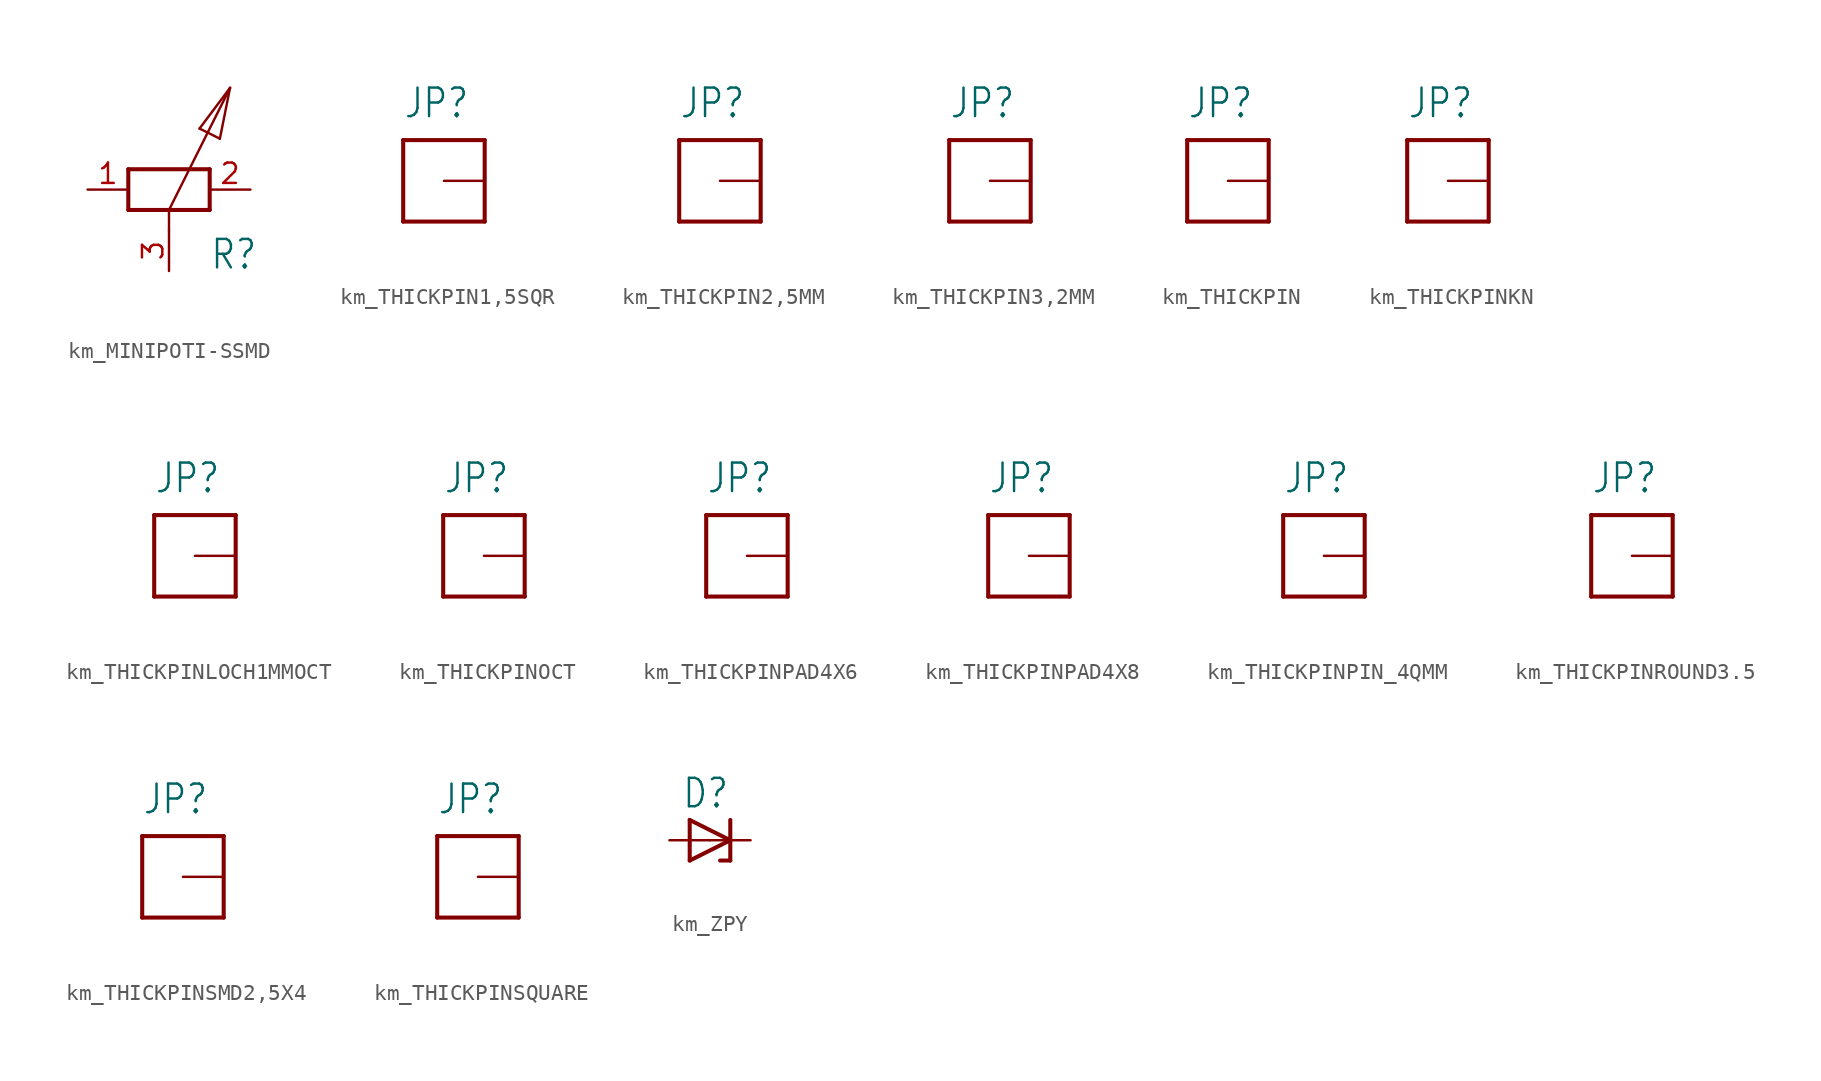
<source format=kicad_sym>
(kicad_symbol_lib
  (version 20231120)
  (generator "kicad_symbol_editor")
  (generator_version "8.0")
  (symbol "km_MINIPOTI-SSMD"
    (property "Reference" "R"
      (at 2.54 -5.08 0)
      (effects (font (size 1.778 1.511)) (justify left bottom)))
    (property "Value" ""
      (at 2.54 -7.62 0)
      (effects (font (size 1.778 1.511)) (justify left bottom)))
    (property "ki_locked" ""
      (at 0 0 0)
      (effects (font (size 1.27 1.27))))
    (symbol "km_MINIPOTI-SSMD_1_0"
      (polyline (pts (xy -2.54 -1.27) (xy 0 -1.27)) (stroke (width 0.254) (type solid)) (fill (type none)))
      (polyline (pts (xy -2.54 1.27) (xy -2.54 -1.27)) (stroke (width 0.254) (type solid)) (fill (type none)))
      (polyline (pts (xy 0 -1.27) (xy 0 -2.54)) (stroke (width 0.152) (type solid)) (fill (type none)))
      (polyline (pts (xy 0 -1.27) (xy 2.54 -1.27)) (stroke (width 0.254) (type solid)) (fill (type none)))
      (polyline (pts (xy 0 -1.27) (xy 3.81 6.35)) (stroke (width 0.152) (type solid)) (fill (type none)))
      (polyline (pts (xy 1.905 3.81) (xy 3.81 6.35)) (stroke (width 0.152) (type solid)) (fill (type none)))
      (polyline (pts (xy 2.54 -1.27) (xy 2.54 1.27)) (stroke (width 0.254) (type solid)) (fill (type none)))
      (polyline (pts (xy 2.54 1.27) (xy -2.54 1.27)) (stroke (width 0.254) (type solid)) (fill (type none)))
      (polyline (pts (xy 3.175 3.175) (xy 1.905 3.81)) (stroke (width 0.152) (type solid)) (fill (type none)))
      (polyline (pts (xy 3.81 6.35) (xy 3.175 3.175)) (stroke (width 0.152) (type solid)) (fill (type none)))
      (pin passive line (at -5.08 0 0) (length 2.54) (name "1" (effects (font (size 0 0)))) (number "1" (effects (font (size 1.27 1.27)))))
      (pin passive line (at 5.08 0 180) (length 2.54) (name "2" (effects (font (size 0 0)))) (number "2" (effects (font (size 1.27 1.27)))))
      (pin passive line (at 0 -5.08 90) (length 2.54) (name "3" (effects (font (size 0 0)))) (number "3" (effects (font (size 1.27 1.27)))))))
  (symbol "km_THICKPIN1,5SQR"
    (property "Reference" "JP"
      (at -5.08 3.81 0)
      (effects (font (size 1.778 1.511)) (justify left bottom)))
    (property "Value" ""
      (at -5.08 -5.08 0)
      (effects (font (size 1.778 1.511)) (justify left bottom)))
    (property "ki_locked" ""
      (at 0 0 0)
      (effects (font (size 1.27 1.27))))
    (symbol "km_THICKPIN1,5SQR_1_0"
      (polyline (pts (xy -5.08 -2.54) (xy -5.08 2.54)) (stroke (width 0.254) (type solid)) (fill (type none)))
      (polyline (pts (xy -5.08 2.54) (xy 0 2.54)) (stroke (width 0.254) (type solid)) (fill (type none)))
      (polyline (pts (xy 0 -2.54) (xy -5.08 -2.54)) (stroke (width 0.254) (type solid)) (fill (type none)))
      (polyline (pts (xy 0 2.54) (xy 0 -2.54)) (stroke (width 0.254) (type solid)) (fill (type none)))
      (pin bidirectional line (at -2.54 0 0) (length 2.54) (name "1" (effects (font (size 0 0)))) (number "P$1" (effects (font (size 0 0)))))))
  (symbol "km_THICKPIN2,5MM"
    (property "Reference" "JP"
      (at -5.08 3.81 0)
      (effects (font (size 1.778 1.511)) (justify left bottom)))
    (property "Value" ""
      (at -5.08 -5.08 0)
      (effects (font (size 1.778 1.511)) (justify left bottom)))
    (property "ki_locked" ""
      (at 0 0 0)
      (effects (font (size 1.27 1.27))))
    (symbol "km_THICKPIN2,5MM_1_0"
      (polyline (pts (xy -5.08 -2.54) (xy -5.08 2.54)) (stroke (width 0.254) (type solid)) (fill (type none)))
      (polyline (pts (xy -5.08 2.54) (xy 0 2.54)) (stroke (width 0.254) (type solid)) (fill (type none)))
      (polyline (pts (xy 0 -2.54) (xy -5.08 -2.54)) (stroke (width 0.254) (type solid)) (fill (type none)))
      (polyline (pts (xy 0 2.54) (xy 0 -2.54)) (stroke (width 0.254) (type solid)) (fill (type none)))
      (pin bidirectional line (at -2.54 0 0) (length 2.54) (name "1" (effects (font (size 0 0)))) (number "P$1" (effects (font (size 0 0)))))))
  (symbol "km_THICKPIN3,2MM"
    (property "Reference" "JP"
      (at -5.08 3.81 0)
      (effects (font (size 1.778 1.511)) (justify left bottom)))
    (property "Value" ""
      (at -5.08 -5.08 0)
      (effects (font (size 1.778 1.511)) (justify left bottom)))
    (property "ki_locked" ""
      (at 0 0 0)
      (effects (font (size 1.27 1.27))))
    (symbol "km_THICKPIN3,2MM_1_0"
      (polyline (pts (xy -5.08 -2.54) (xy -5.08 2.54)) (stroke (width 0.254) (type solid)) (fill (type none)))
      (polyline (pts (xy -5.08 2.54) (xy 0 2.54)) (stroke (width 0.254) (type solid)) (fill (type none)))
      (polyline (pts (xy 0 -2.54) (xy -5.08 -2.54)) (stroke (width 0.254) (type solid)) (fill (type none)))
      (polyline (pts (xy 0 2.54) (xy 0 -2.54)) (stroke (width 0.254) (type solid)) (fill (type none)))
      (pin bidirectional line (at -2.54 0 0) (length 2.54) (name "1" (effects (font (size 0 0)))) (number "P$1" (effects (font (size 0 0)))))))
  (symbol "km_THICKPIN"
    (property "Reference" "JP"
      (at -5.08 3.81 0)
      (effects (font (size 1.778 1.511)) (justify left bottom)))
    (property "Value" ""
      (at -5.08 -5.08 0)
      (effects (font (size 1.778 1.511)) (justify left bottom)))
    (property "ki_locked" ""
      (at 0 0 0)
      (effects (font (size 1.27 1.27))))
    (symbol "km_THICKPIN_1_0"
      (polyline (pts (xy -5.08 -2.54) (xy -5.08 2.54)) (stroke (width 0.254) (type solid)) (fill (type none)))
      (polyline (pts (xy -5.08 2.54) (xy 0 2.54)) (stroke (width 0.254) (type solid)) (fill (type none)))
      (polyline (pts (xy 0 -2.54) (xy -5.08 -2.54)) (stroke (width 0.254) (type solid)) (fill (type none)))
      (polyline (pts (xy 0 2.54) (xy 0 -2.54)) (stroke (width 0.254) (type solid)) (fill (type none)))
      (pin bidirectional line (at -2.54 0 0) (length 2.54) (name "1" (effects (font (size 0 0)))) (number "1" (effects (font (size 0 0)))))))
  (symbol "km_THICKPINKN"
    (property "Reference" "JP"
      (at -5.08 3.81 0)
      (effects (font (size 1.778 1.511)) (justify left bottom)))
    (property "Value" ""
      (at -5.08 -5.08 0)
      (effects (font (size 1.778 1.511)) (justify left bottom)))
    (property "ki_locked" ""
      (at 0 0 0)
      (effects (font (size 1.27 1.27))))
    (symbol "km_THICKPINKN_1_0"
      (polyline (pts (xy -5.08 -2.54) (xy -5.08 2.54)) (stroke (width 0.254) (type solid)) (fill (type none)))
      (polyline (pts (xy -5.08 2.54) (xy 0 2.54)) (stroke (width 0.254) (type solid)) (fill (type none)))
      (polyline (pts (xy 0 -2.54) (xy -5.08 -2.54)) (stroke (width 0.254) (type solid)) (fill (type none)))
      (polyline (pts (xy 0 2.54) (xy 0 -2.54)) (stroke (width 0.254) (type solid)) (fill (type none)))
      (pin bidirectional line (at -2.54 0 0) (length 2.54) (name "1" (effects (font (size 0 0)))) (number "1" (effects (font (size 0 0)))))))
  (symbol "km_THICKPINLOCH1MMOCT"
    (property "Reference" "JP"
      (at -5.08 3.81 0)
      (effects (font (size 1.778 1.511)) (justify left bottom)))
    (property "Value" ""
      (at -5.08 -5.08 0)
      (effects (font (size 1.778 1.511)) (justify left bottom)))
    (property "ki_locked" ""
      (at 0 0 0)
      (effects (font (size 1.27 1.27))))
    (symbol "km_THICKPINLOCH1MMOCT_1_0"
      (polyline (pts (xy -5.08 -2.54) (xy -5.08 2.54)) (stroke (width 0.254) (type solid)) (fill (type none)))
      (polyline (pts (xy -5.08 2.54) (xy 0 2.54)) (stroke (width 0.254) (type solid)) (fill (type none)))
      (polyline (pts (xy 0 -2.54) (xy -5.08 -2.54)) (stroke (width 0.254) (type solid)) (fill (type none)))
      (polyline (pts (xy 0 2.54) (xy 0 -2.54)) (stroke (width 0.254) (type solid)) (fill (type none)))
      (pin bidirectional line (at -2.54 0 0) (length 2.54) (name "1" (effects (font (size 0 0)))) (number "P$1" (effects (font (size 0 0)))))))
  (symbol "km_THICKPINOCT"
    (property "Reference" "JP"
      (at -5.08 3.81 0)
      (effects (font (size 1.778 1.511)) (justify left bottom)))
    (property "Value" ""
      (at -5.08 -5.08 0)
      (effects (font (size 1.778 1.511)) (justify left bottom)))
    (property "ki_locked" ""
      (at 0 0 0)
      (effects (font (size 1.27 1.27))))
    (symbol "km_THICKPINOCT_1_0"
      (polyline (pts (xy -5.08 -2.54) (xy -5.08 2.54)) (stroke (width 0.254) (type solid)) (fill (type none)))
      (polyline (pts (xy -5.08 2.54) (xy 0 2.54)) (stroke (width 0.254) (type solid)) (fill (type none)))
      (polyline (pts (xy 0 -2.54) (xy -5.08 -2.54)) (stroke (width 0.254) (type solid)) (fill (type none)))
      (polyline (pts (xy 0 2.54) (xy 0 -2.54)) (stroke (width 0.254) (type solid)) (fill (type none)))
      (pin bidirectional line (at -2.54 0 0) (length 2.54) (name "1" (effects (font (size 0 0)))) (number "1" (effects (font (size 0 0)))))))
  (symbol "km_THICKPINPAD4X6"
    (property "Reference" "JP"
      (at -5.08 3.81 0)
      (effects (font (size 1.778 1.511)) (justify left bottom)))
    (property "Value" ""
      (at -5.08 -5.08 0)
      (effects (font (size 1.778 1.511)) (justify left bottom)))
    (property "ki_locked" ""
      (at 0 0 0)
      (effects (font (size 1.27 1.27))))
    (symbol "km_THICKPINPAD4X6_1_0"
      (polyline (pts (xy -5.08 -2.54) (xy -5.08 2.54)) (stroke (width 0.254) (type solid)) (fill (type none)))
      (polyline (pts (xy -5.08 2.54) (xy 0 2.54)) (stroke (width 0.254) (type solid)) (fill (type none)))
      (polyline (pts (xy 0 -2.54) (xy -5.08 -2.54)) (stroke (width 0.254) (type solid)) (fill (type none)))
      (polyline (pts (xy 0 2.54) (xy 0 -2.54)) (stroke (width 0.254) (type solid)) (fill (type none)))
      (pin bidirectional line (at -2.54 0 0) (length 2.54) (name "1" (effects (font (size 0 0)))) (number "P$1" (effects (font (size 0 0)))))))
  (symbol "km_THICKPINPAD4X8"
    (property "Reference" "JP"
      (at -5.08 3.81 0)
      (effects (font (size 1.778 1.511)) (justify left bottom)))
    (property "Value" ""
      (at -5.08 -5.08 0)
      (effects (font (size 1.778 1.511)) (justify left bottom)))
    (property "ki_locked" ""
      (at 0 0 0)
      (effects (font (size 1.27 1.27))))
    (symbol "km_THICKPINPAD4X8_1_0"
      (polyline (pts (xy -5.08 -2.54) (xy -5.08 2.54)) (stroke (width 0.254) (type solid)) (fill (type none)))
      (polyline (pts (xy -5.08 2.54) (xy 0 2.54)) (stroke (width 0.254) (type solid)) (fill (type none)))
      (polyline (pts (xy 0 -2.54) (xy -5.08 -2.54)) (stroke (width 0.254) (type solid)) (fill (type none)))
      (polyline (pts (xy 0 2.54) (xy 0 -2.54)) (stroke (width 0.254) (type solid)) (fill (type none)))
      (pin bidirectional line (at -2.54 0 0) (length 2.54) (name "1" (effects (font (size 0 0)))) (number "P$1" (effects (font (size 0 0)))))))
  (symbol "km_THICKPINPIN_4QMM"
    (property "Reference" "JP"
      (at -5.08 3.81 0)
      (effects (font (size 1.778 1.511)) (justify left bottom)))
    (property "Value" ""
      (at -5.08 -5.08 0)
      (effects (font (size 1.778 1.511)) (justify left bottom)))
    (property "ki_locked" ""
      (at 0 0 0)
      (effects (font (size 1.27 1.27))))
    (symbol "km_THICKPINPIN_4QMM_1_0"
      (polyline (pts (xy -5.08 -2.54) (xy -5.08 2.54)) (stroke (width 0.254) (type solid)) (fill (type none)))
      (polyline (pts (xy -5.08 2.54) (xy 0 2.54)) (stroke (width 0.254) (type solid)) (fill (type none)))
      (polyline (pts (xy 0 -2.54) (xy -5.08 -2.54)) (stroke (width 0.254) (type solid)) (fill (type none)))
      (polyline (pts (xy 0 2.54) (xy 0 -2.54)) (stroke (width 0.254) (type solid)) (fill (type none)))
      (pin bidirectional line (at -2.54 0 0) (length 2.54) (name "1" (effects (font (size 0 0)))) (number "P$1" (effects (font (size 0 0)))))))
  (symbol "km_THICKPINROUND3.5"
    (property "Reference" "JP"
      (at -5.08 3.81 0)
      (effects (font (size 1.778 1.511)) (justify left bottom)))
    (property "Value" ""
      (at -5.08 -5.08 0)
      (effects (font (size 1.778 1.511)) (justify left bottom)))
    (property "ki_locked" ""
      (at 0 0 0)
      (effects (font (size 1.27 1.27))))
    (symbol "km_THICKPINROUND3.5_1_0"
      (polyline (pts (xy -5.08 -2.54) (xy -5.08 2.54)) (stroke (width 0.254) (type solid)) (fill (type none)))
      (polyline (pts (xy -5.08 2.54) (xy 0 2.54)) (stroke (width 0.254) (type solid)) (fill (type none)))
      (polyline (pts (xy 0 -2.54) (xy -5.08 -2.54)) (stroke (width 0.254) (type solid)) (fill (type none)))
      (polyline (pts (xy 0 2.54) (xy 0 -2.54)) (stroke (width 0.254) (type solid)) (fill (type none)))
      (pin bidirectional line (at -2.54 0 0) (length 2.54) (name "1" (effects (font (size 0 0)))) (number "P$1" (effects (font (size 0 0)))))))
  (symbol "km_THICKPINSMD2,5X4"
    (property "Reference" "JP"
      (at -5.08 3.81 0)
      (effects (font (size 1.778 1.511)) (justify left bottom)))
    (property "Value" ""
      (at -5.08 -5.08 0)
      (effects (font (size 1.778 1.511)) (justify left bottom)))
    (property "ki_locked" ""
      (at 0 0 0)
      (effects (font (size 1.27 1.27))))
    (symbol "km_THICKPINSMD2,5X4_1_0"
      (polyline (pts (xy -5.08 -2.54) (xy -5.08 2.54)) (stroke (width 0.254) (type solid)) (fill (type none)))
      (polyline (pts (xy -5.08 2.54) (xy 0 2.54)) (stroke (width 0.254) (type solid)) (fill (type none)))
      (polyline (pts (xy 0 -2.54) (xy -5.08 -2.54)) (stroke (width 0.254) (type solid)) (fill (type none)))
      (polyline (pts (xy 0 2.54) (xy 0 -2.54)) (stroke (width 0.254) (type solid)) (fill (type none)))
      (pin bidirectional line (at -2.54 0 0) (length 2.54) (name "1" (effects (font (size 0 0)))) (number "P$1" (effects (font (size 0 0)))))))
  (symbol "km_THICKPINSQUARE"
    (property "Reference" "JP"
      (at -5.08 3.81 0)
      (effects (font (size 1.778 1.511)) (justify left bottom)))
    (property "Value" ""
      (at -5.08 -5.08 0)
      (effects (font (size 1.778 1.511)) (justify left bottom)))
    (property "ki_locked" ""
      (at 0 0 0)
      (effects (font (size 1.27 1.27))))
    (symbol "km_THICKPINSQUARE_1_0"
      (polyline (pts (xy -5.08 -2.54) (xy -5.08 2.54)) (stroke (width 0.254) (type solid)) (fill (type none)))
      (polyline (pts (xy -5.08 2.54) (xy 0 2.54)) (stroke (width 0.254) (type solid)) (fill (type none)))
      (polyline (pts (xy 0 -2.54) (xy -5.08 -2.54)) (stroke (width 0.254) (type solid)) (fill (type none)))
      (polyline (pts (xy 0 2.54) (xy 0 -2.54)) (stroke (width 0.254) (type solid)) (fill (type none)))
      (pin bidirectional line (at -2.54 0 0) (length 2.54) (name "1" (effects (font (size 0 0)))) (number "1" (effects (font (size 0 0)))))))
  (symbol "km_ZPY"
    (property "Reference" "D"
      (at -1.778 1.905 0)
      (effects (font (size 1.778 1.511)) (justify left bottom)))
    (property "Value" ""
      (at -1.778 -3.429 0)
      (effects (font (size 1.778 1.511)) (justify left bottom)))
    (property "ki_locked" ""
      (at 0 0 0)
      (effects (font (size 1.27 1.27))))
    (symbol "km_ZPY_1_0"
      (polyline (pts (xy -1.27 -1.27) (xy 1.27 0)) (stroke (width 0.254) (type solid)) (fill (type none)))
      (polyline (pts (xy -1.27 1.27) (xy -1.27 -1.27)) (stroke (width 0.254) (type solid)) (fill (type none)))
      (polyline (pts (xy 1.27 -1.27) (xy 0.635 -1.27)) (stroke (width 0.254) (type solid)) (fill (type none)))
      (polyline (pts (xy 1.27 0) (xy -1.27 1.27)) (stroke (width 0.254) (type solid)) (fill (type none)))
      (polyline (pts (xy 1.27 0) (xy 1.27 -1.27)) (stroke (width 0.254) (type solid)) (fill (type none)))
      (polyline (pts (xy 1.27 1.27) (xy 1.27 0)) (stroke (width 0.254) (type solid)) (fill (type none)))
      (pin passive line (at -2.54 0 0) (length 2.54) (name "A" (effects (font (size 0 0)))) (number "A" (effects (font (size 0 0)))))
      (pin passive line (at 2.54 0 180) (length 2.54) (name "C" (effects (font (size 0 0)))) (number "C" (effects (font (size 0 0))))))))
</source>
